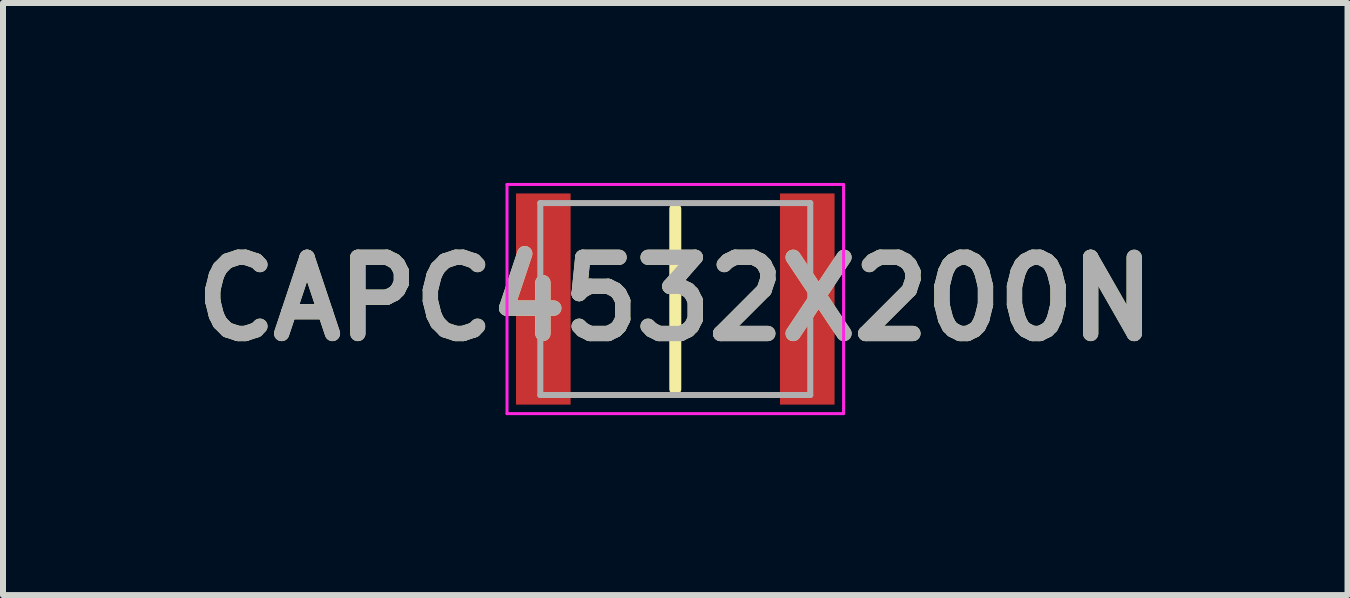
<source format=kicad_pcb>
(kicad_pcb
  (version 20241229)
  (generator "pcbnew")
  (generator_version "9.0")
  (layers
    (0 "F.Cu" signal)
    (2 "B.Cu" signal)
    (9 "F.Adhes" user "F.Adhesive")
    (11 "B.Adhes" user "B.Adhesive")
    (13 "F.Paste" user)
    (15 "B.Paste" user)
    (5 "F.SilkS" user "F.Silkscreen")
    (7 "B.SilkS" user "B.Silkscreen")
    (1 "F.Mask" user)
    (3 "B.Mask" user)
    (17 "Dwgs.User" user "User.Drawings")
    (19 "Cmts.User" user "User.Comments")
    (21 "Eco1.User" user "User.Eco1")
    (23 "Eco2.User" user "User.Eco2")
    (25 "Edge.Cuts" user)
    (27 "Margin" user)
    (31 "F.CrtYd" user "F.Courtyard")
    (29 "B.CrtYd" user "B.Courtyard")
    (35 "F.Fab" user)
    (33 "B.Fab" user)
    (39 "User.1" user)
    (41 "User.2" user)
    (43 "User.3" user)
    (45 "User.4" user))
  (footprint "CAPC4532X200N"
    (layer "F.Cu")
    (at 8.207 1.935)
    (property "Reference" "CAPC4532X200N" (at 0 0 0) (layer "F.SilkS") (effects (font (size 1.27 1.27) (thickness 0.254))))
    (attr smd)
    (fp_line (start 0 -1.5) (end 0 1.5) (stroke (width 0.2) (type solid)) (layer "F.SilkS"))
    (fp_line (start -2.805 -1.91) (end 2.805 -1.91) (stroke (width 0.05) (type solid)) (layer "F.CrtYd"))
    (fp_line (start -2.805 1.91) (end -2.805 -1.91) (stroke (width 0.05) (type solid)) (layer "F.CrtYd"))
    (fp_line (start 2.805 -1.91) (end 2.805 1.91) (stroke (width 0.05) (type solid)) (layer "F.CrtYd"))
    (fp_line (start 2.805 1.91) (end -2.805 1.91) (stroke (width 0.05) (type solid)) (layer "F.CrtYd"))
    (fp_line (start -2.25 -1.6) (end 2.25 -1.6) (stroke (width 0.1) (type solid)) (layer "F.Fab"))
    (fp_line (start -2.25 1.6) (end -2.25 -1.6) (stroke (width 0.1) (type solid)) (layer "F.Fab"))
    (fp_line (start 2.25 -1.6) (end 2.25 1.6) (stroke (width 0.1) (type solid)) (layer "F.Fab"))
    (fp_line (start 2.25 1.6) (end -2.25 1.6) (stroke (width 0.1) (type solid)) (layer "F.Fab"))
    (fp_text user "${REFERENCE}" (at 0 0 0) (layer "F.Fab") (effects (font (size 1.27 1.27) (thickness 0.254))))
    (pad "1" smd rect (at -2.2 0) (size 0.91 3.52) (layers "F.Cu" "F.Mask" "F.Paste"))
    (pad "2" smd rect (at 2.2 0) (size 0.91 3.52) (layers "F.Cu" "F.Mask" "F.Paste")))
  (gr_rect
    (start -3 -3)
    (end 19.413 6.87)
    (stroke (width 0.1) (type default))
    (fill no)
    (layer "Edge.Cuts")))
</source>
